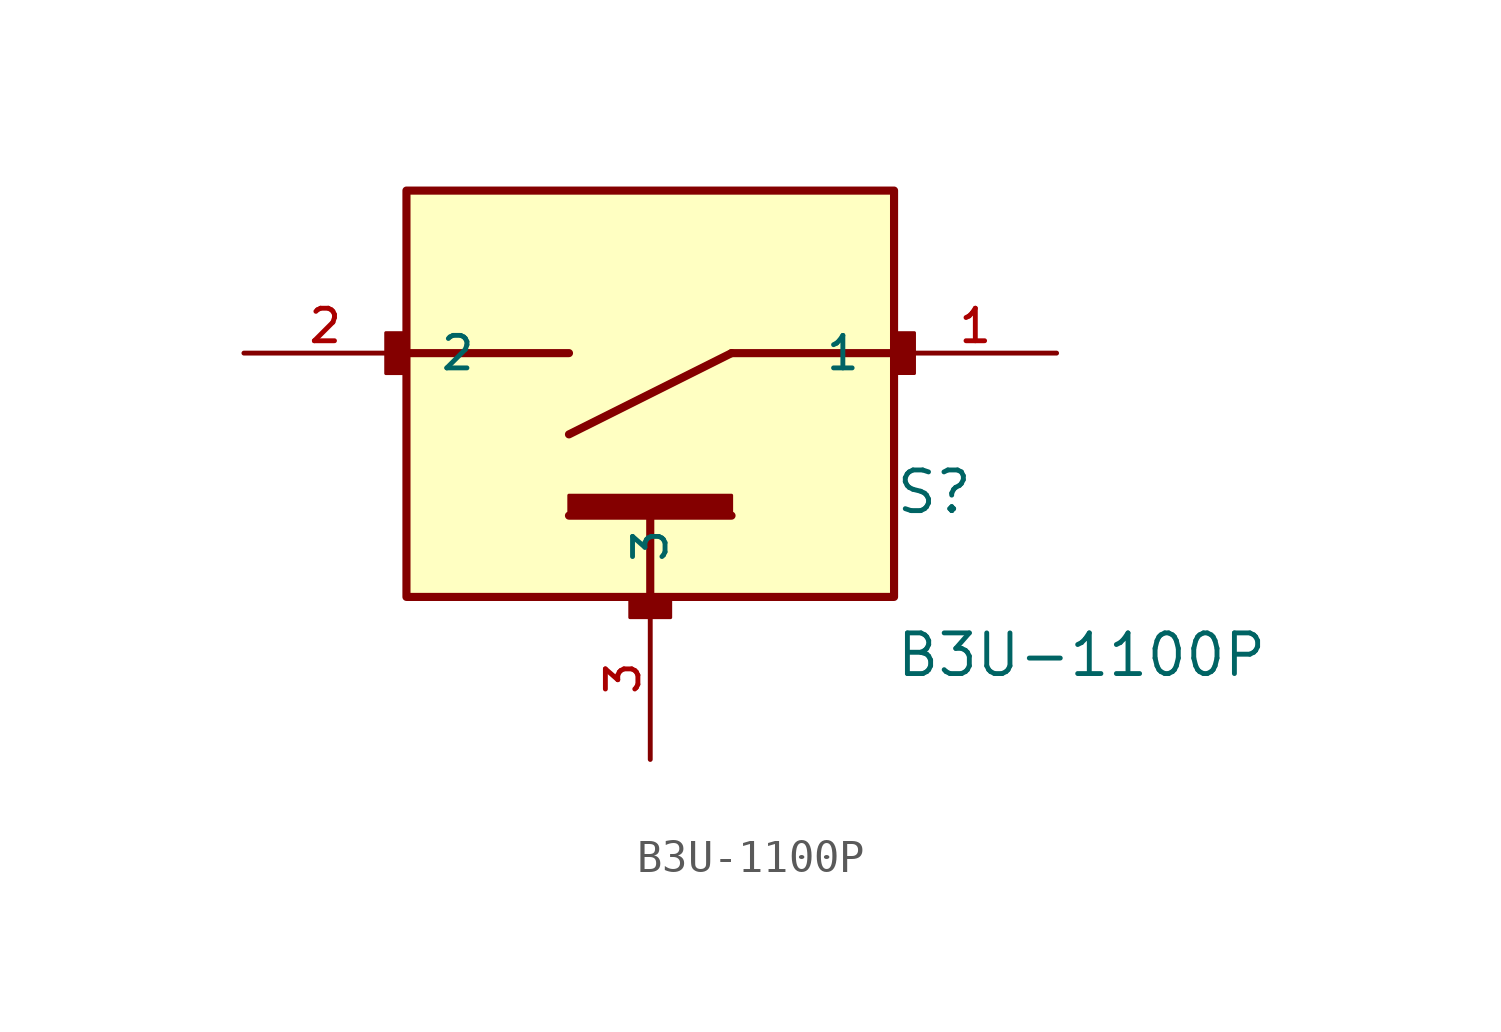
<source format=kicad_sym>
(kicad_symbol_lib
  (version 20241209)
  (generator "kicad_symbol_editor")
  (generator_version "9.0")
  (symbol "B3U-1100P"
    (pin_names
      (offset 1.016))
    (property "Reference" "S"
      (at 7.629 -5.086 0)
      (effects (font (size 1.27 1.27)) (justify left bottom)))
    (property "Value" "B3U-1100P"
      (at 7.635 -10.179 0)
      (effects (font (size 1.27 1.27)) (justify left bottom)))
    (symbol "B3U-1100P_0_0"
      (rectangle (start -8.264 -0.636) (end -7.62 0.635) (stroke (width 0.1) (type default)) (fill (type outline)))
      (rectangle (start -7.62 -7.62) (end 7.62 5.08) (stroke (width 0.254) (type default)) (fill (type background)))
      (rectangle (start -2.542 -5.085) (end 2.54 -4.445) (stroke (width 0.1) (type default)) (fill (type outline)))
      (polyline (pts (xy -2.54 0) (xy -7.62 0)) (stroke (width 0.254) (type default)) (fill (type none)))
      (polyline (pts (xy -2.54 -2.54) (xy 2.54 0)) (stroke (width 0.254) (type default)) (fill (type none)))
      (polyline (pts (xy -2.54 -5.08) (xy 0 -5.08)) (stroke (width 0.254) (type default)) (fill (type none)))
      (rectangle (start -0.636 -8.264) (end 0.635 -7.62) (stroke (width 0.1) (type default)) (fill (type outline)))
      (polyline (pts (xy 0 -5.08) (xy 0 -7.62)) (stroke (width 0.254) (type default)) (fill (type none)))
      (polyline (pts (xy 0 -5.08) (xy 2.54 -5.08)) (stroke (width 0.254) (type default)) (fill (type none)))
      (polyline (pts (xy 2.54 0) (xy 7.62 0)) (stroke (width 0.254) (type default)) (fill (type none)))
      (rectangle (start 7.625 -0.635) (end 8.255 0.635) (stroke (width 0.1) (type default)) (fill (type outline)))
      (pin passive line (at -12.7 0 0) (length 5.08) (name "2" (effects (font (size 1.016 1.016)))) (number "2" (effects (font (size 1.016 1.016)))))
      (pin passive line (at 0 -12.7 90) (length 5.08) (name "3" (effects (font (size 1.016 1.016)))) (number "3" (effects (font (size 1.016 1.016)))))
      (pin passive line (at 12.7 0 180) (length 5.08) (name "1" (effects (font (size 1.016 1.016)))) (number "1" (effects (font (size 1.016 1.016))))))))
</source>
